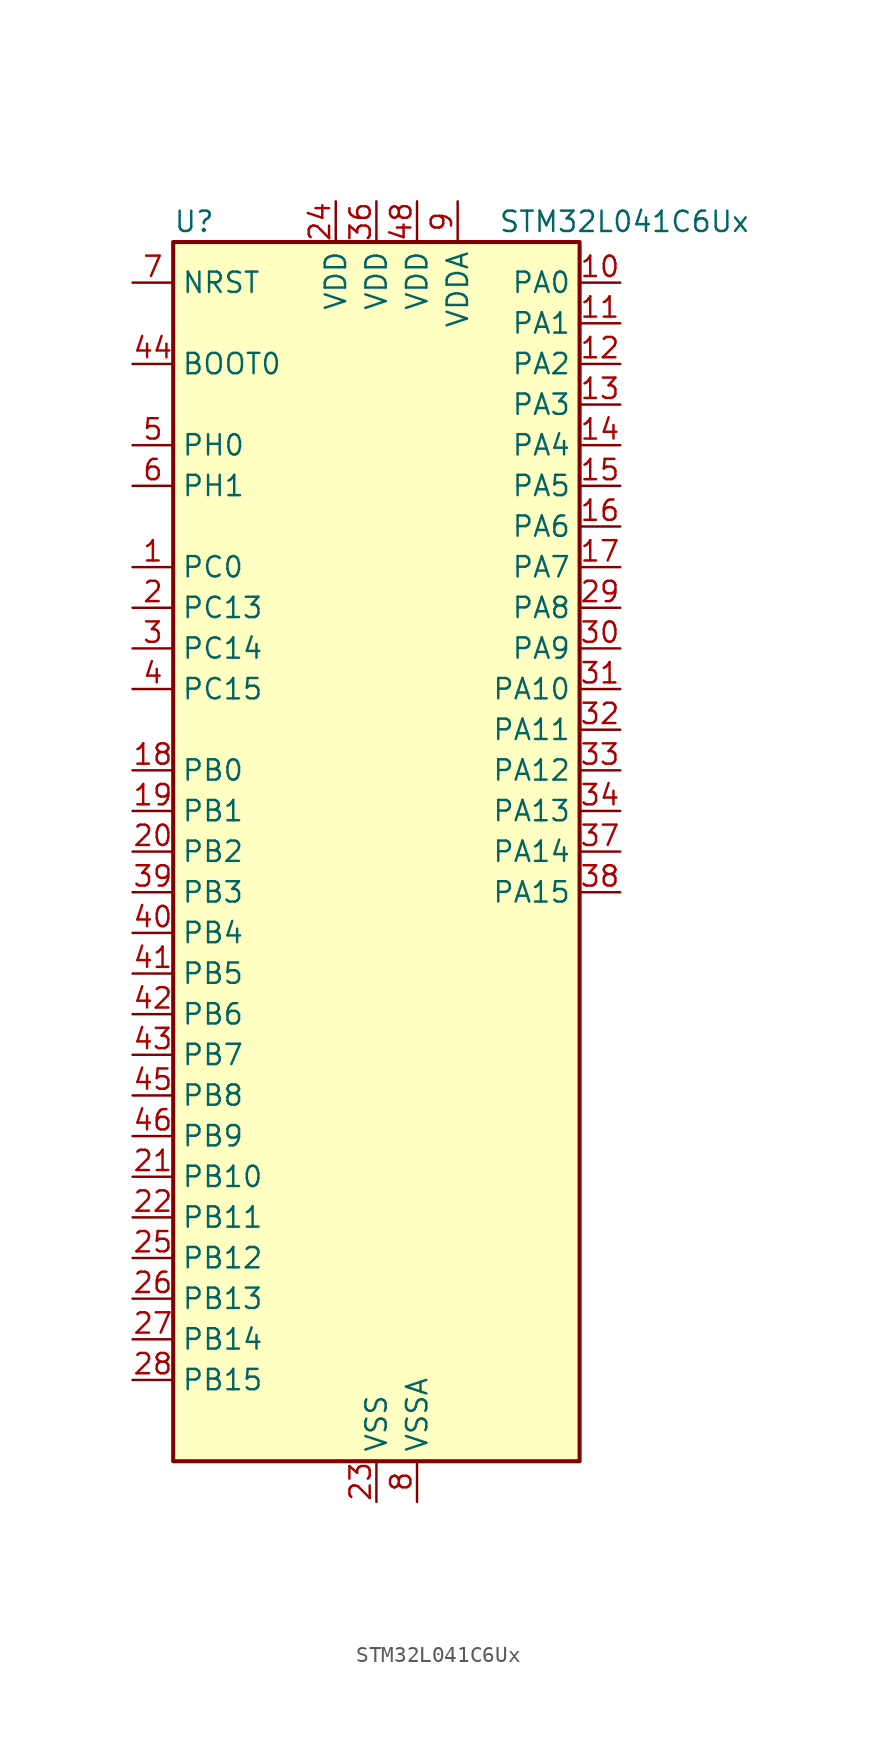
<source format=kicad_sym>
(kicad_symbol_lib
  (version 20231120)
  (generator "kicad_symbol_editor")
  (generator_version "8.0")
  (symbol "STM32L041C6Ux"
    (property "Reference" "U"
      (at -12.7 39.37 0)
      (effects (font (size 1.27 1.27)) (justify left)))
    (property "Value" "STM32L041C6Ux"
      (at 7.62 39.37 0)
      (effects (font (size 1.27 1.27)) (justify left)))
    (property "ki_locked" ""
      (at 0 0 0)
      (effects (font (size 1.27 1.27))))
    (symbol "STM32L041C6Ux_0_1"
      (rectangle (start -12.7 -38.1) (end 12.7 38.1) (stroke (width 0.254) (type default)) (fill (type background))))
    (symbol "STM32L041C6Ux_1_1"
      (pin bidirectional line (at -15.24 17.78 0) (length 2.54) (name "PC0" (effects (font (size 1.27 1.27)))) (number "1" (effects (font (size 1.27 1.27)))) (alternate "LPTIM1_IN1" bidirectional line) (alternate "LPUART1_RX" bidirectional line))
      (pin bidirectional line (at 15.24 35.56 180) (length 2.54) (name "PA0" (effects (font (size 1.27 1.27)))) (number "10" (effects (font (size 1.27 1.27)))) (alternate "ADC_IN0" bidirectional line) (alternate "COMP1_INM" bidirectional line) (alternate "COMP1_OUT" bidirectional line) (alternate "LPTIM1_IN1" bidirectional line) (alternate "RTC_TAMP2" bidirectional line) (alternate "SYS_WKUP1" bidirectional line) (alternate "TIM2_CH1" bidirectional line) (alternate "TIM2_ETR" bidirectional line) (alternate "USART2_CTS" bidirectional line))
      (pin bidirectional line (at 15.24 33.02 180) (length 2.54) (name "PA1" (effects (font (size 1.27 1.27)))) (number "11" (effects (font (size 1.27 1.27)))) (alternate "ADC_IN1" bidirectional line) (alternate "COMP1_INP" bidirectional line) (alternate "I2C1_SMBA" bidirectional line) (alternate "LPTIM1_IN2" bidirectional line) (alternate "TIM21_ETR" bidirectional line) (alternate "TIM2_CH2" bidirectional line) (alternate "USART2_DE" bidirectional line) (alternate "USART2_RTS" bidirectional line))
      (pin bidirectional line (at 15.24 30.48 180) (length 2.54) (name "PA2" (effects (font (size 1.27 1.27)))) (number "12" (effects (font (size 1.27 1.27)))) (alternate "ADC_IN2" bidirectional line) (alternate "COMP2_INM" bidirectional line) (alternate "COMP2_OUT" bidirectional line) (alternate "LPUART1_TX" bidirectional line) (alternate "RTC_OUT_ALARM" bidirectional line) (alternate "RTC_OUT_CALIB" bidirectional line) (alternate "RTC_TAMP3" bidirectional line) (alternate "RTC_TS" bidirectional line) (alternate "SYS_WKUP3" bidirectional line) (alternate "TIM21_CH1" bidirectional line) (alternate "TIM2_CH3" bidirectional line) (alternate "USART2_TX" bidirectional line))
      (pin bidirectional line (at 15.24 27.94 180) (length 2.54) (name "PA3" (effects (font (size 1.27 1.27)))) (number "13" (effects (font (size 1.27 1.27)))) (alternate "ADC_IN3" bidirectional line) (alternate "COMP2_INP" bidirectional line) (alternate "LPUART1_RX" bidirectional line) (alternate "TIM21_CH2" bidirectional line) (alternate "TIM2_CH4" bidirectional line) (alternate "USART2_RX" bidirectional line))
      (pin bidirectional line (at 15.24 25.4 180) (length 2.54) (name "PA4" (effects (font (size 1.27 1.27)))) (number "14" (effects (font (size 1.27 1.27)))) (alternate "ADC_IN4" bidirectional line) (alternate "COMP1_INM" bidirectional line) (alternate "COMP2_INM" bidirectional line) (alternate "LPTIM1_IN1" bidirectional line) (alternate "SPI1_NSS" bidirectional line) (alternate "TIM22_ETR" bidirectional line) (alternate "USART2_CK" bidirectional line))
      (pin bidirectional line (at 15.24 22.86 180) (length 2.54) (name "PA5" (effects (font (size 1.27 1.27)))) (number "15" (effects (font (size 1.27 1.27)))) (alternate "ADC_IN5" bidirectional line) (alternate "COMP1_INM" bidirectional line) (alternate "COMP2_INM" bidirectional line) (alternate "LPTIM1_IN2" bidirectional line) (alternate "SPI1_SCK" bidirectional line) (alternate "TIM2_CH1" bidirectional line) (alternate "TIM2_ETR" bidirectional line))
      (pin bidirectional line (at 15.24 20.32 180) (length 2.54) (name "PA6" (effects (font (size 1.27 1.27)))) (number "16" (effects (font (size 1.27 1.27)))) (alternate "ADC_IN6" bidirectional line) (alternate "COMP1_OUT" bidirectional line) (alternate "LPTIM1_ETR" bidirectional line) (alternate "LPUART1_CTS" bidirectional line) (alternate "SPI1_MISO" bidirectional line) (alternate "TIM22_CH1" bidirectional line))
      (pin bidirectional line (at 15.24 17.78 180) (length 2.54) (name "PA7" (effects (font (size 1.27 1.27)))) (number "17" (effects (font (size 1.27 1.27)))) (alternate "ADC_IN7" bidirectional line) (alternate "COMP2_OUT" bidirectional line) (alternate "LPTIM1_OUT" bidirectional line) (alternate "SPI1_MOSI" bidirectional line) (alternate "TIM22_CH2" bidirectional line) (alternate "USART2_CTS" bidirectional line))
      (pin bidirectional line (at -15.24 5.08 0) (length 2.54) (name "PB0" (effects (font (size 1.27 1.27)))) (number "18" (effects (font (size 1.27 1.27)))) (alternate "ADC_IN8" bidirectional line) (alternate "SPI1_MISO" bidirectional line) (alternate "SYS_VREF_OUT_PB0" bidirectional line) (alternate "TIM2_CH3" bidirectional line) (alternate "USART2_DE" bidirectional line) (alternate "USART2_RTS" bidirectional line))
      (pin bidirectional line (at -15.24 2.54 0) (length 2.54) (name "PB1" (effects (font (size 1.27 1.27)))) (number "19" (effects (font (size 1.27 1.27)))) (alternate "ADC_IN9" bidirectional line) (alternate "LPUART1_DE" bidirectional line) (alternate "LPUART1_RTS" bidirectional line) (alternate "SPI1_MOSI" bidirectional line) (alternate "SYS_VREF_OUT_PB1" bidirectional line) (alternate "TIM2_CH4" bidirectional line) (alternate "USART2_CK" bidirectional line))
      (pin bidirectional line (at -15.24 15.24 0) (length 2.54) (name "PC13" (effects (font (size 1.27 1.27)))) (number "2" (effects (font (size 1.27 1.27)))) (alternate "RTC_TAMP1" bidirectional line) (alternate "SYS_WKUP2" bidirectional line))
      (pin bidirectional line (at -15.24 0 0) (length 2.54) (name "PB2" (effects (font (size 1.27 1.27)))) (number "20" (effects (font (size 1.27 1.27)))) (alternate "LPTIM1_OUT" bidirectional line))
      (pin bidirectional line (at -15.24 -20.32 0) (length 2.54) (name "PB10" (effects (font (size 1.27 1.27)))) (number "21" (effects (font (size 1.27 1.27)))) (alternate "LPUART1_TX" bidirectional line) (alternate "TIM2_CH3" bidirectional line))
      (pin bidirectional line (at -15.24 -22.86 0) (length 2.54) (name "PB11" (effects (font (size 1.27 1.27)))) (number "22" (effects (font (size 1.27 1.27)))) (alternate "ADC_EXTI11" bidirectional line) (alternate "LPUART1_RX" bidirectional line) (alternate "TIM2_CH4" bidirectional line))
      (pin power_in line (at 0 -40.64 90) (length 2.54) (name "VSS" (effects (font (size 1.27 1.27)))) (number "23" (effects (font (size 1.27 1.27)))))
      (pin power_in line (at -2.54 40.64 270) (length 2.54) (name "VDD" (effects (font (size 1.27 1.27)))) (number "24" (effects (font (size 1.27 1.27)))))
      (pin bidirectional line (at -15.24 -25.4 0) (length 2.54) (name "PB12" (effects (font (size 1.27 1.27)))) (number "25" (effects (font (size 1.27 1.27)))) (alternate "SPI1_NSS" bidirectional line))
      (pin bidirectional line (at -15.24 -27.94 0) (length 2.54) (name "PB13" (effects (font (size 1.27 1.27)))) (number "26" (effects (font (size 1.27 1.27)))) (alternate "LPUART1_CTS" bidirectional line) (alternate "RCC_MCO" bidirectional line) (alternate "SPI1_SCK" bidirectional line) (alternate "TIM21_CH1" bidirectional line))
      (pin bidirectional line (at -15.24 -30.48 0) (length 2.54) (name "PB14" (effects (font (size 1.27 1.27)))) (number "27" (effects (font (size 1.27 1.27)))) (alternate "LPUART1_DE" bidirectional line) (alternate "LPUART1_RTS" bidirectional line) (alternate "RTC_OUT_ALARM" bidirectional line) (alternate "RTC_OUT_CALIB" bidirectional line) (alternate "SPI1_MISO" bidirectional line) (alternate "TIM21_CH2" bidirectional line))
      (pin bidirectional line (at -15.24 -33.02 0) (length 2.54) (name "PB15" (effects (font (size 1.27 1.27)))) (number "28" (effects (font (size 1.27 1.27)))) (alternate "RTC_REFIN" bidirectional line) (alternate "SPI1_MOSI" bidirectional line))
      (pin bidirectional line (at 15.24 15.24 180) (length 2.54) (name "PA8" (effects (font (size 1.27 1.27)))) (number "29" (effects (font (size 1.27 1.27)))) (alternate "LPTIM1_IN1" bidirectional line) (alternate "RCC_MCO" bidirectional line) (alternate "TIM2_CH1" bidirectional line) (alternate "USART2_CK" bidirectional line))
      (pin bidirectional line (at -15.24 12.7 0) (length 2.54) (name "PC14" (effects (font (size 1.27 1.27)))) (number "3" (effects (font (size 1.27 1.27)))) (alternate "RCC_OSC32_IN" bidirectional line))
      (pin bidirectional line (at 15.24 12.7 180) (length 2.54) (name "PA9" (effects (font (size 1.27 1.27)))) (number "30" (effects (font (size 1.27 1.27)))) (alternate "I2C1_SCL" bidirectional line) (alternate "RCC_MCO" bidirectional line) (alternate "TIM22_CH1" bidirectional line) (alternate "USART2_TX" bidirectional line))
      (pin bidirectional line (at 15.24 10.16 180) (length 2.54) (name "PA10" (effects (font (size 1.27 1.27)))) (number "31" (effects (font (size 1.27 1.27)))) (alternate "I2C1_SDA" bidirectional line) (alternate "TIM22_CH2" bidirectional line) (alternate "USART2_RX" bidirectional line))
      (pin bidirectional line (at 15.24 7.62 180) (length 2.54) (name "PA11" (effects (font (size 1.27 1.27)))) (number "32" (effects (font (size 1.27 1.27)))) (alternate "ADC_EXTI11" bidirectional line) (alternate "COMP1_OUT" bidirectional line) (alternate "SPI1_MISO" bidirectional line) (alternate "TIM21_CH2" bidirectional line) (alternate "USART2_CTS" bidirectional line))
      (pin bidirectional line (at 15.24 5.08 180) (length 2.54) (name "PA12" (effects (font (size 1.27 1.27)))) (number "33" (effects (font (size 1.27 1.27)))) (alternate "COMP2_OUT" bidirectional line) (alternate "SPI1_MOSI" bidirectional line) (alternate "USART2_DE" bidirectional line) (alternate "USART2_RTS" bidirectional line))
      (pin bidirectional line (at 15.24 2.54 180) (length 2.54) (name "PA13" (effects (font (size 1.27 1.27)))) (number "34" (effects (font (size 1.27 1.27)))) (alternate "LPTIM1_ETR" bidirectional line) (alternate "LPUART1_RX" bidirectional line) (alternate "SYS_SWDIO" bidirectional line))
      (pin passive line (at 0 -40.64 90) (length 2.54) hide (name "VSS" (effects (font (size 1.27 1.27)))) (number "35" (effects (font (size 1.27 1.27)))))
      (pin power_in line (at 0 40.64 270) (length 2.54) (name "VDD" (effects (font (size 1.27 1.27)))) (number "36" (effects (font (size 1.27 1.27)))))
      (pin bidirectional line (at 15.24 0 180) (length 2.54) (name "PA14" (effects (font (size 1.27 1.27)))) (number "37" (effects (font (size 1.27 1.27)))) (alternate "I2C1_SMBA" bidirectional line) (alternate "LPTIM1_OUT" bidirectional line) (alternate "LPUART1_TX" bidirectional line) (alternate "SYS_SWCLK" bidirectional line) (alternate "USART2_TX" bidirectional line))
      (pin bidirectional line (at 15.24 -2.54 180) (length 2.54) (name "PA15" (effects (font (size 1.27 1.27)))) (number "38" (effects (font (size 1.27 1.27)))) (alternate "SPI1_NSS" bidirectional line) (alternate "TIM2_CH1" bidirectional line) (alternate "TIM2_ETR" bidirectional line) (alternate "USART2_RX" bidirectional line))
      (pin bidirectional line (at -15.24 -2.54 0) (length 2.54) (name "PB3" (effects (font (size 1.27 1.27)))) (number "39" (effects (font (size 1.27 1.27)))) (alternate "COMP2_INM" bidirectional line) (alternate "SPI1_SCK" bidirectional line) (alternate "TIM2_CH2" bidirectional line))
      (pin bidirectional line (at -15.24 10.16 0) (length 2.54) (name "PC15" (effects (font (size 1.27 1.27)))) (number "4" (effects (font (size 1.27 1.27)))) (alternate "RCC_OSC32_OUT" bidirectional line))
      (pin bidirectional line (at -15.24 -5.08 0) (length 2.54) (name "PB4" (effects (font (size 1.27 1.27)))) (number "40" (effects (font (size 1.27 1.27)))) (alternate "COMP2_INP" bidirectional line) (alternate "SPI1_MISO" bidirectional line) (alternate "TIM22_CH1" bidirectional line))
      (pin bidirectional line (at -15.24 -7.62 0) (length 2.54) (name "PB5" (effects (font (size 1.27 1.27)))) (number "41" (effects (font (size 1.27 1.27)))) (alternate "COMP2_INP" bidirectional line) (alternate "I2C1_SMBA" bidirectional line) (alternate "LPTIM1_IN1" bidirectional line) (alternate "SPI1_MOSI" bidirectional line) (alternate "TIM22_CH2" bidirectional line))
      (pin bidirectional line (at -15.24 -10.16 0) (length 2.54) (name "PB6" (effects (font (size 1.27 1.27)))) (number "42" (effects (font (size 1.27 1.27)))) (alternate "COMP2_INP" bidirectional line) (alternate "I2C1_SCL" bidirectional line) (alternate "LPTIM1_ETR" bidirectional line) (alternate "TIM21_CH1" bidirectional line) (alternate "USART2_TX" bidirectional line))
      (pin bidirectional line (at -15.24 -12.7 0) (length 2.54) (name "PB7" (effects (font (size 1.27 1.27)))) (number "43" (effects (font (size 1.27 1.27)))) (alternate "COMP2_INP" bidirectional line) (alternate "I2C1_SDA" bidirectional line) (alternate "LPTIM1_IN2" bidirectional line) (alternate "SYS_PVD_IN" bidirectional line) (alternate "USART2_RX" bidirectional line))
      (pin input line (at -15.24 30.48 0) (length 2.54) (name "BOOT0" (effects (font (size 1.27 1.27)))) (number "44" (effects (font (size 1.27 1.27)))))
      (pin bidirectional line (at -15.24 -15.24 0) (length 2.54) (name "PB8" (effects (font (size 1.27 1.27)))) (number "45" (effects (font (size 1.27 1.27)))) (alternate "I2C1_SCL" bidirectional line))
      (pin bidirectional line (at -15.24 -17.78 0) (length 2.54) (name "PB9" (effects (font (size 1.27 1.27)))) (number "46" (effects (font (size 1.27 1.27)))) (alternate "I2C1_SDA" bidirectional line))
      (pin passive line (at 0 -40.64 90) (length 2.54) hide (name "VSS" (effects (font (size 1.27 1.27)))) (number "47" (effects (font (size 1.27 1.27)))))
      (pin power_in line (at 2.54 40.64 270) (length 2.54) (name "VDD" (effects (font (size 1.27 1.27)))) (number "48" (effects (font (size 1.27 1.27)))))
      (pin passive line (at 0 -40.64 90) (length 2.54) hide (name "VSS" (effects (font (size 1.27 1.27)))) (number "49" (effects (font (size 1.27 1.27)))))
      (pin bidirectional line (at -15.24 25.4 0) (length 2.54) (name "PH0" (effects (font (size 1.27 1.27)))) (number "5" (effects (font (size 1.27 1.27)))) (alternate "RCC_OSC_IN" bidirectional line))
      (pin bidirectional line (at -15.24 22.86 0) (length 2.54) (name "PH1" (effects (font (size 1.27 1.27)))) (number "6" (effects (font (size 1.27 1.27)))) (alternate "RCC_OSC_OUT" bidirectional line))
      (pin input line (at -15.24 35.56 0) (length 2.54) (name "NRST" (effects (font (size 1.27 1.27)))) (number "7" (effects (font (size 1.27 1.27)))))
      (pin power_in line (at 2.54 -40.64 90) (length 2.54) (name "VSSA" (effects (font (size 1.27 1.27)))) (number "8" (effects (font (size 1.27 1.27)))))
      (pin power_in line (at 5.08 40.64 270) (length 2.54) (name "VDDA" (effects (font (size 1.27 1.27)))) (number "9" (effects (font (size 1.27 1.27))))))))
</source>
